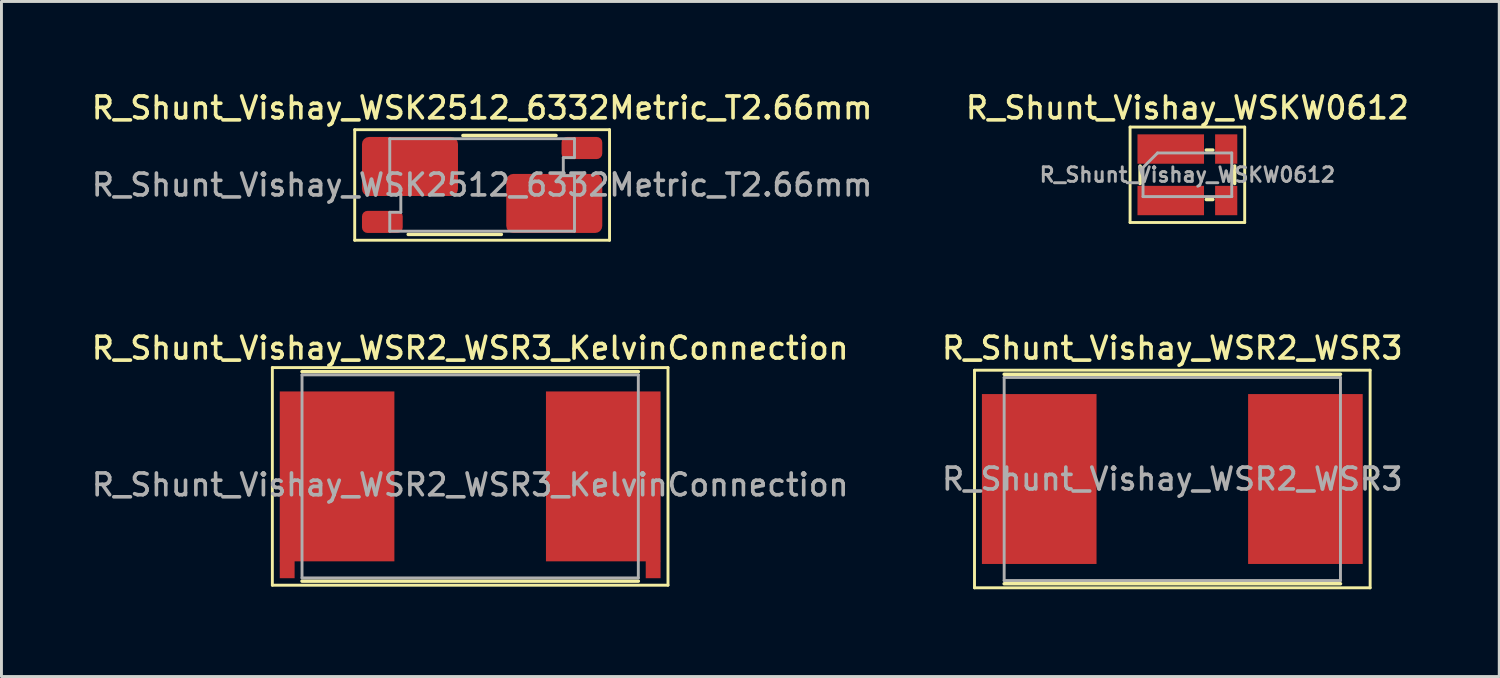
<source format=kicad_pcb>
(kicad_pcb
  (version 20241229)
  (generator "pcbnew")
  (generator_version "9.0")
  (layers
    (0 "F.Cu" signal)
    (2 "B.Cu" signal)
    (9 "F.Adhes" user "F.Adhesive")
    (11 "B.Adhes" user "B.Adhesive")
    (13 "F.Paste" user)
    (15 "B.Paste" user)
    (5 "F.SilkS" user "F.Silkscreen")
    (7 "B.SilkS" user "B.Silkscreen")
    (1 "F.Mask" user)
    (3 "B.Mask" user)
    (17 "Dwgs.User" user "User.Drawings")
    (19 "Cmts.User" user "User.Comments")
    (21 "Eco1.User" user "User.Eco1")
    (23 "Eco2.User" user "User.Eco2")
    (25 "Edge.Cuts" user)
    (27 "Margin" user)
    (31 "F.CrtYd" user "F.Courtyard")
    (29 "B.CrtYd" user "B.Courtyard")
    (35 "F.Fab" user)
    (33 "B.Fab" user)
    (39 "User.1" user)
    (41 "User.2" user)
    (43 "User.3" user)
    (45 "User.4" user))
  (footprint "R_Shunt_Vishay_WSR2_WSR3_KelvinConnection"
    (layer "F.Cu")
    (at 13.112 13.616)
    (property "Reference" "R_Shunt_Vishay_WSR2_WSR3_KelvinConnection" (at 0 -4.7 0) (layer "F.SilkS") (effects (font (size 0.75 0.75) (thickness 0.125))))
    (attr smd)
    (fp_line (start -6.8 -4.03) (end -6.8 3.45) (stroke (width 0.1) (type solid)) (layer "F.SilkS"))
    (fp_line (start -6.8 -4.03) (end 6.8 -4.03) (stroke (width 0.1) (type solid)) (layer "F.SilkS"))
    (fp_line (start -6.8 3.45) (end 6.8 3.45) (stroke (width 0.1) (type solid)) (layer "F.SilkS"))
    (fp_line (start -5.78 -3.89) (end 5.78 -3.89) (stroke (width 0.12) (type solid)) (layer "F.SilkS"))
    (fp_line (start -5.78 3.31) (end 5.78 3.31) (stroke (width 0.12) (type solid)) (layer "F.SilkS"))
    (fp_line (start 6.8 -4.03) (end 6.8 3.45) (stroke (width 0.1) (type solid)) (layer "F.SilkS"))
    (fp_line (start -5.78 -3.78) (end -5.78 3.2) (stroke (width 0.1) (type solid)) (layer "F.Fab"))
    (fp_line (start -5.78 -3.78) (end 5.78 -3.78) (stroke (width 0.1) (type solid)) (layer "F.Fab"))
    (fp_line (start -5.78 3.2) (end 5.78 3.2) (stroke (width 0.1) (type solid)) (layer "F.Fab"))
    (fp_line (start 5.78 -3.78) (end 5.78 3.2) (stroke (width 0.1) (type solid)) (layer "F.Fab"))
    (fp_text user "${REFERENCE}" (at 0 0 0) (layer "F.Fab") (effects (font (size 0.75 0.75) (thickness 0.125))))
    (pad "1" smd rect (at -6.29 2.91) (size 0.51 0.6) (layers "F.Cu" "F.Mask" "F.Paste"))
    (pad "1" smd rect (at -4.575 -0.29) (size 3.94 5.84) (layers "F.Cu" "F.Mask" "F.Paste"))
    (pad "2" smd rect (at 4.575 -0.29) (size 3.94 5.84) (layers "F.Cu" "F.Mask" "F.Paste"))
    (pad "2" smd rect (at 6.29 2.91) (size 0.51 0.6) (layers "F.Cu" "F.Mask" "F.Paste")))
  (footprint "R_Shunt_Vishay_WSK2512_6332Metric_T2.66mm"
    (layer "F.Cu")
    (at 13.523 3.308)
    (property "Reference" "R_Shunt_Vishay_WSK2512_6332Metric_T2.66mm" (at 0 -2.65 0) (layer "F.SilkS") (effects (font (size 0.75 0.75) (thickness 0.125))))
    (attr smd)
    (fp_line (start -4.38 -1.9) (end 4.38 -1.9) (stroke (width 0.1) (type solid)) (layer "F.SilkS"))
    (fp_line (start -4.38 1.9) (end -4.38 -1.9) (stroke (width 0.1) (type solid)) (layer "F.SilkS"))
    (fp_line (start -2.54 1.7) (end 0.66 1.7) (stroke (width 0.12) (type solid)) (layer "F.SilkS"))
    (fp_line (start -0.66 -1.7) (end 2.54 -1.7) (stroke (width 0.12) (type solid)) (layer "F.SilkS"))
    (fp_line (start 4.38 -1.9) (end 4.38 1.9) (stroke (width 0.1) (type solid)) (layer "F.SilkS"))
    (fp_line (start 4.38 1.9) (end -4.38 1.9) (stroke (width 0.1) (type solid)) (layer "F.SilkS"))
    (fp_line (start -3.175 -1.59) (end 3.175 -1.59) (stroke (width 0.1) (type solid)) (layer "F.Fab"))
    (fp_line (start -3.175 0.32) (end -3.175 -1.59) (stroke (width 0.1) (type solid)) (layer "F.Fab"))
    (fp_line (start -3.175 0.32) (end -2.795 0.32) (stroke (width 0.1) (type solid)) (layer "F.Fab"))
    (fp_line (start -3.175 0.94) (end -3.175 1.59) (stroke (width 0.1) (type solid)) (layer "F.Fab"))
    (fp_line (start -3.175 0.94) (end -2.795 0.94) (stroke (width 0.1) (type solid)) (layer "F.Fab"))
    (fp_line (start -2.795 0.94) (end -2.795 0.32) (stroke (width 0.1) (type solid)) (layer "F.Fab"))
    (fp_line (start 2.79 -0.94) (end 3.17 -0.94) (stroke (width 0.1) (type solid)) (layer "F.Fab"))
    (fp_line (start 2.79 -0.32) (end 2.79 -0.94) (stroke (width 0.1) (type solid)) (layer "F.Fab"))
    (fp_line (start 2.79 -0.32) (end 3.17 -0.32) (stroke (width 0.1) (type solid)) (layer "F.Fab"))
    (fp_line (start 3.175 -0.94) (end 3.175 -1.59) (stroke (width 0.1) (type solid)) (layer "F.Fab"))
    (fp_line (start 3.175 -0.32) (end 3.175 1.59) (stroke (width 0.1) (type solid)) (layer "F.Fab"))
    (fp_line (start 3.175 1.59) (end -3.175 1.59) (stroke (width 0.1) (type solid)) (layer "F.Fab"))
    (fp_text user "${REFERENCE}" (at 0 0 0) (layer "F.Fab") (effects (font (size 0.75 0.75) (thickness 0.125))))
    (pad "1" smd roundrect (at -2.48 -0.635) (size 3.3 2.03) (layers "F.Cu" "F.Mask" "F.Paste") (roundrect_rratio 0.12))
    (pad "2" smd roundrect (at -3.43 1.27) (size 1.4 0.76) (layers "F.Cu" "F.Mask" "F.Paste") (roundrect_rratio 0.25))
    (pad "3" smd roundrect (at 3.43 -1.27) (size 1.4 0.76) (layers "F.Cu" "F.Mask" "F.Paste") (roundrect_rratio 0.25))
    (pad "4" smd roundrect (at 2.48 0.635) (size 3.3 2.03) (layers "F.Cu" "F.Mask" "F.Paste") (roundrect_rratio 0.12)))
  (footprint "R_Shunt_Vishay_WSR2_WSR3"
    (layer "F.Cu")
    (at 37.248 13.416)
    (property "Reference" "R_Shunt_Vishay_WSR2_WSR3" (at 0 -4.5 0) (layer "F.SilkS") (effects (font (size 0.75 0.75) (thickness 0.125))))
    (attr smd)
    (fp_line (start -6.8 -3.74) (end -6.8 3.74) (stroke (width 0.1) (type solid)) (layer "F.SilkS"))
    (fp_line (start -6.8 -3.74) (end 6.8 -3.74) (stroke (width 0.1) (type solid)) (layer "F.SilkS"))
    (fp_line (start -6.8 3.74) (end 6.8 3.74) (stroke (width 0.1) (type solid)) (layer "F.SilkS"))
    (fp_line (start -5.78 -3.6) (end 5.78 -3.6) (stroke (width 0.12) (type solid)) (layer "F.SilkS"))
    (fp_line (start -5.78 3.6) (end 5.78 3.6) (stroke (width 0.12) (type solid)) (layer "F.SilkS"))
    (fp_line (start 6.8 -3.74) (end 6.8 3.74) (stroke (width 0.1) (type solid)) (layer "F.SilkS"))
    (fp_line (start -5.78 -3.49) (end -5.78 3.49) (stroke (width 0.1) (type solid)) (layer "F.Fab"))
    (fp_line (start -5.78 -3.49) (end 5.78 -3.49) (stroke (width 0.1) (type solid)) (layer "F.Fab"))
    (fp_line (start -5.78 3.49) (end 5.78 3.49) (stroke (width 0.1) (type solid)) (layer "F.Fab"))
    (fp_line (start 5.78 -3.49) (end 5.78 3.49) (stroke (width 0.1) (type solid)) (layer "F.Fab"))
    (fp_text user "${REFERENCE}" (at 0 0 0) (layer "F.Fab") (effects (font (size 0.75 0.75) (thickness 0.125))))
    (pad "1" smd rect (at -4.575 0) (size 3.94 5.84) (layers "F.Cu" "F.Mask" "F.Paste"))
    (pad "2" smd rect (at 4.575 0) (size 3.94 5.84) (layers "F.Cu" "F.Mask" "F.Paste")))
  (footprint "R_Shunt_Vishay_WSKW0612"
    (layer "F.Cu")
    (at 37.766 2.958)
    (property "Reference" "R_Shunt_Vishay_WSKW0612" (at 0 -2.3 0) (layer "F.SilkS") (effects (font (size 0.75 0.75) (thickness 0.125))))
    (attr smd)
    (fp_line (start -1.97 1.64) (end -1.97 -1.64) (stroke (width 0.1) (type solid)) (layer "F.SilkS"))
    (fp_line (start -1.97 1.64) (end 1.97 1.64) (stroke (width 0.1) (type solid)) (layer "F.SilkS"))
    (fp_line (start -1.625 0.3) (end -1.625 -0.3) (stroke (width 0.12) (type solid)) (layer "F.SilkS"))
    (fp_line (start 0.65 -0.85) (end 0.875 -0.85) (stroke (width 0.12) (type solid)) (layer "F.SilkS"))
    (fp_line (start 0.65 0.85) (end 0.875 0.85) (stroke (width 0.12) (type solid)) (layer "F.SilkS"))
    (fp_line (start 1.625 0.3) (end 1.625 -0.3) (stroke (width 0.12) (type solid)) (layer "F.SilkS"))
    (fp_line (start 1.97 -1.64) (end -1.97 -1.64) (stroke (width 0.1) (type solid)) (layer "F.SilkS"))
    (fp_line (start 1.97 -1.64) (end 1.97 1.64) (stroke (width 0.1) (type solid)) (layer "F.SilkS"))
    (fp_line (start -1.525 -0.25) (end -1.025 -0.75) (stroke (width 0.1) (type solid)) (layer "F.Fab"))
    (fp_line (start -1.525 0.75) (end -1.525 -0.25) (stroke (width 0.1) (type solid)) (layer "F.Fab"))
    (fp_line (start -1.525 0.75) (end 1.525 0.75) (stroke (width 0.1) (type solid)) (layer "F.Fab"))
    (fp_line (start 1.525 -0.75) (end -1.025 -0.75) (stroke (width 0.1) (type solid)) (layer "F.Fab"))
    (fp_line (start 1.525 0.75) (end 1.525 -0.75) (stroke (width 0.1) (type solid)) (layer "F.Fab"))
    (fp_text user "${REFERENCE}" (at 0 0 0) (layer "F.Fab") (effects (font (size 0.5 0.5) (thickness 0.1))))
    (pad "1" smd rect (at -0.572 -0.885) (size 2.287 1.01) (layers "F.Cu" "F.Mask" "F.Paste"))
    (pad "2" smd rect (at 1.334 -0.885) (size 0.762 1.01) (layers "F.Cu" "F.Mask" "F.Paste"))
    (pad "3" smd rect (at 1.334 0.885) (size 0.762 1.01) (layers "F.Cu" "F.Mask" "F.Paste"))
    (pad "4" smd rect (at -0.572 0.885) (size 2.287 1.01) (layers "F.Cu" "F.Mask" "F.Paste")))
  (gr_rect
    (start -3 -3)
    (end 48.486 20.206)
    (stroke (width 0.1) (type default))
    (fill no)
    (layer "Edge.Cuts")))
</source>
